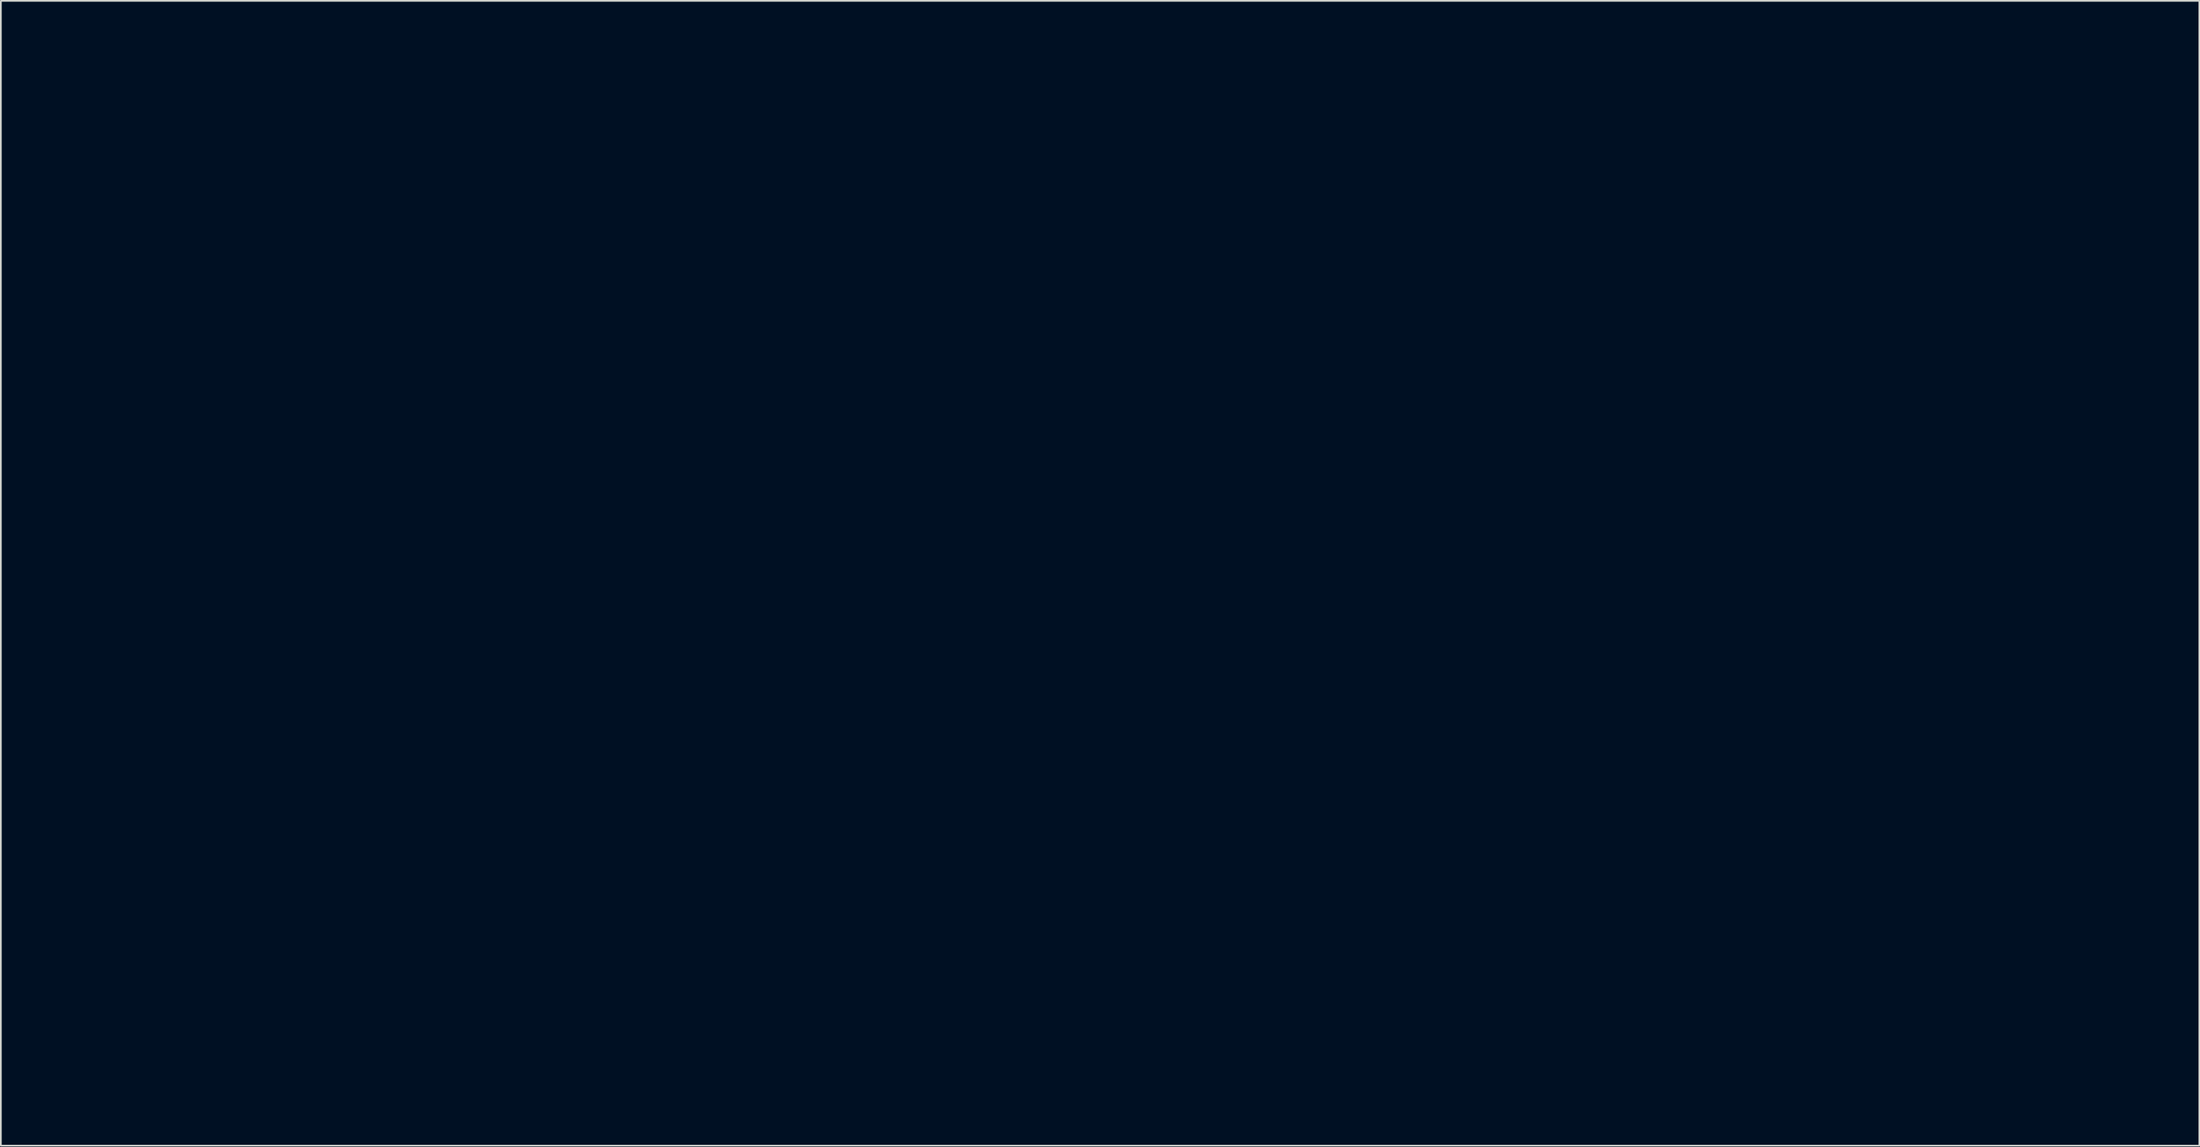
<source format=kicad_pcb>
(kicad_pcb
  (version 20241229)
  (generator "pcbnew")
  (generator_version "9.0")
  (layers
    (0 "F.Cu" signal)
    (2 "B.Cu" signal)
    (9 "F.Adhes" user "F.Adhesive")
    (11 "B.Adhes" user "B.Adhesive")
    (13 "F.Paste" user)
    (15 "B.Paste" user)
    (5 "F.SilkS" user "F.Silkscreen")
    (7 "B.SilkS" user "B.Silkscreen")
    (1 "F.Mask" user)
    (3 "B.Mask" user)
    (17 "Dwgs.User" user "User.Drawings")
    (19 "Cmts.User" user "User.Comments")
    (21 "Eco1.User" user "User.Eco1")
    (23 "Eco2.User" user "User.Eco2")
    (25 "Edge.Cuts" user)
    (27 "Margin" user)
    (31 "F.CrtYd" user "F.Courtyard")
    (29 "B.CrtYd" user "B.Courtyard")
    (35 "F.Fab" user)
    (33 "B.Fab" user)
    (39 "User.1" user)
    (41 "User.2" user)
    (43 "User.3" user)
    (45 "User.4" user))
  (footprint "Artwork_Bud_Industries_PN-1336-DGMB_121x121mm_Side"
    (layer "F.Cu")
    (at 60.477 30.066)
    (property "Reference" "Artwork_Bud_Industries_PN-1336-DGMB_121x121mm_Side" (at 0 -1 0) (layer "Eco1.User") (effects (font (size 1.524 1.524) (thickness 0.3))))
    (attr through_hole)
    (fp_poly (pts (xy 1.264 -30.061) (xy 3.189 -30.061) (xy 5.111 -30.061) (xy 7.028 -30.061) (xy 8.938 -30.06) (xy 10.84 -30.06) (xy 12.731 -30.06) (xy 14.609 -30.059) (xy 16.474 -30.059) (xy 18.322 -30.058) (xy 20.152 -30.058) (xy 21.962 -30.057) (xy 23.75 -30.057) (xy 25.515 -30.056) (xy 27.254 -30.055) (xy 28.966 -30.055) (xy 30.649 -30.054) (xy 32.301 -30.053) (xy 33.919 -30.052) (xy 35.503 -30.051) (xy 37.05 -30.05) (xy 38.559 -30.049) (xy 40.027 -30.048) (xy 41.453 -30.046) (xy 42.834 -30.045) (xy 44.17 -30.044) (xy 45.457 -30.042) (xy 46.695 -30.041) (xy 47.882 -30.04) (xy 49.014 -30.038) (xy 50.092 -30.036) (xy 51.112 -30.035) (xy 52.073 -30.033) (xy 52.973 -30.031) (xy 53.81 -30.03) (xy 54.583 -30.028) (xy 55.288 -30.026) (xy 55.926 -30.024) (xy 56.493 -30.022) (xy 56.988 -30.02) (xy 57.409 -30.018) (xy 57.754 -30.016) (xy 58.021 -30.014) (xy 58.209 -30.011) (xy 58.315 -30.009) (xy 58.34 -30.007) (xy 58.46 -29.952) (xy 58.621 -29.859) (xy 58.798 -29.744) (xy 58.967 -29.625) (xy 59.104 -29.518) (xy 59.166 -29.458) (xy 59.236 -29.346) (xy 59.315 -29.158) (xy 59.401 -28.903) (xy 59.476 -28.639) (xy 59.48 -28.585) (xy 59.485 -28.45) (xy 59.491 -28.238) (xy 59.499 -27.953) (xy 59.507 -27.599) (xy 59.516 -27.179) (xy 59.526 -26.697) (xy 59.537 -26.158) (xy 59.548 -25.565) (xy 59.561 -24.922) (xy 59.573 -24.232) (xy 59.587 -23.5) (xy 59.601 -22.729) (xy 59.615 -21.923) (xy 59.63 -21.086) (xy 59.645 -20.222) (xy 59.66 -19.335) (xy 59.675 -18.428) (xy 59.691 -17.506) (xy 59.706 -16.571) (xy 59.722 -15.629) (xy 59.737 -14.683) (xy 59.753 -13.736) (xy 59.768 -12.793) (xy 59.783 -11.857) (xy 59.797 -10.932) (xy 59.812 -10.022) (xy 59.825 -9.131) (xy 59.838 -8.263) (xy 59.851 -7.421) (xy 59.863 -6.609) (xy 59.874 -5.832) (xy 59.885 -5.092) (xy 59.895 -4.395) (xy 59.903 -3.743) (xy 59.911 -3.14) (xy 59.918 -2.591) (xy 59.924 -2.099) (xy 59.929 -1.668) (xy 59.932 -1.302) (xy 59.934 -1.005) (xy 59.935 -0.78) (xy 59.934 -0.631) (xy 59.934 -0.614) (xy 59.923 0.106) (xy 59.722 0.119) (xy 59.521 0.132) (xy 59.521 0.847) (xy 59.748 0.847) (xy 59.892 0.856) (xy 59.992 0.882) (xy 60.017 0.9) (xy 60.025 0.951) (xy 60.033 1.083) (xy 60.042 1.292) (xy 60.051 1.573) (xy 60.061 1.923) (xy 60.071 2.338) (xy 60.08 2.813) (xy 60.09 3.345) (xy 60.099 3.93) (xy 60.108 4.53) (xy 60.117 5.154) (xy 60.126 5.814) (xy 60.136 6.495) (xy 60.146 7.185) (xy 60.157 7.869) (xy 60.167 8.534) (xy 60.176 9.166) (xy 60.185 9.752) (xy 60.193 10.278) (xy 60.199 10.647) (xy 60.206 11.074) (xy 60.214 11.574) (xy 60.223 12.136) (xy 60.232 12.75) (xy 60.242 13.404) (xy 60.253 14.086) (xy 60.263 14.786) (xy 60.274 15.493) (xy 60.285 16.195) (xy 60.295 16.88) (xy 60.303 17.441) (xy 60.312 18.069) (xy 60.322 18.698) (xy 60.331 19.319) (xy 60.34 19.923) (xy 60.349 20.503) (xy 60.357 21.051) (xy 60.365 21.557) (xy 60.372 22.013) (xy 60.379 22.412) (xy 60.384 22.745) (xy 60.388 23.003) (xy 60.389 23.05) (xy 60.406 24.06) (xy 60.421 24.993) (xy 60.435 25.849) (xy 60.447 26.627) (xy 60.457 27.327) (xy 60.465 27.947) (xy 60.471 28.488) (xy 60.476 28.948) (xy 60.479 29.327) (xy 60.48 29.623) (xy 60.479 29.838) (xy 60.477 29.969) (xy 60.473 30.015) (xy 60.43 30.017) (xy 60.304 30.019) (xy 60.097 30.02) (xy 59.81 30.022) (xy 59.447 30.024) (xy 59.008 30.025) (xy 58.495 30.027) (xy 57.911 30.028) (xy 57.256 30.03) (xy 56.533 30.031) (xy 55.744 30.032) (xy 54.891 30.034) (xy 53.974 30.035) (xy 52.997 30.036) (xy 51.961 30.038) (xy 50.867 30.039) (xy 49.718 30.04) (xy 48.516 30.041) (xy 47.261 30.042) (xy 45.957 30.043) (xy 44.605 30.044) (xy 43.207 30.045) (xy 41.764 30.046) (xy 40.278 30.047) (xy 38.752 30.048) (xy 37.187 30.049) (xy 35.585 30.05) (xy 33.947 30.05) (xy 32.277 30.051) (xy 30.574 30.052) (xy 28.842 30.052) (xy 27.082 30.053) (xy 25.295 30.054) (xy 23.485 30.054) (xy 21.652 30.055) (xy 19.798 30.055) (xy 17.926 30.055) (xy 16.036 30.056) (xy 14.132 30.056) (xy 12.214 30.056) (xy 10.285 30.057) (xy 8.346 30.057) (xy 6.399 30.057) (xy 4.446 30.057) (xy 2.489 30.057) (xy 0.53 30.058) (xy -1.43 30.058) (xy -3.388 30.058) (xy -5.343 30.058) (xy -7.294 30.057) (xy -9.237 30.057) (xy -11.172 30.057) (xy -13.096 30.057) (xy -15.008 30.057) (xy -16.906 30.056) (xy -18.788 30.056) (xy -20.652 30.056) (xy -22.496 30.055) (xy -24.319 30.055) (xy -26.119 30.055) (xy -27.893 30.054) (xy -29.641 30.054) (xy -31.359 30.053) (xy -33.048 30.052) (xy -34.703 30.052) (xy -36.325 30.051) (xy -37.91 30.05) (xy -39.458 30.049) (xy -40.965 30.049) (xy -42.431 30.048) (xy -43.854 30.047) (xy -45.231 30.046) (xy -46.562 30.045) (xy -47.843 30.044) (xy -49.074 30.043) (xy -50.252 30.042) (xy -51.375 30.041) (xy -52.443 30.04) (xy -53.452 30.038) (xy -54.402 30.037) (xy -55.289 30.036) (xy -56.114 30.034) (xy -56.872 30.033) (xy -57.564 30.032) (xy -58.187 30.03) (xy -58.738 30.029) (xy -59.217 30.027) (xy -59.622 30.026) (xy -59.95 30.024) (xy -60.2 30.022) (xy -60.37 30.021) (xy -60.458 30.019) (xy -60.471 30.018) (xy -60.472 29.973) (xy -60.472 29.847) (xy -60.472 29.803) (xy -60.251 29.803) (xy -59.537 29.801) (xy -58.822 29.8) (xy -57.446 28.46) (xy -57.163 28.184) (xy -56.899 27.925) (xy -56.66 27.691) (xy -56.452 27.486) (xy -56.282 27.317) (xy -56.155 27.19) (xy -56.078 27.11) (xy -56.056 27.086) (xy -56.089 27.07) (xy -56.187 27.058) (xy -56.334 27.052) (xy -56.401 27.051) (xy -56.584 27.048) (xy -56.699 27.037) (xy -56.761 27.015) (xy -56.786 26.984) (xy -56.791 26.929) (xy -56.796 26.798) (xy -56.8 26.6) (xy -56.804 26.345) (xy -56.807 26.04) (xy -56.81 25.696) (xy -56.811 25.32) (xy -56.811 25.047) (xy -56.812 24.673) (xy -56.813 24.226) (xy -56.815 23.722) (xy -56.818 23.173) (xy -56.821 22.592) (xy -56.825 21.993) (xy -56.829 21.389) (xy -56.834 20.793) (xy -56.838 20.219) (xy -56.84 20.096) (xy -56.868 17.014) (xy -57.991 18.17) (xy -58.268 18.454) (xy -58.547 18.741) (xy -58.818 19.019) (xy -59.07 19.278) (xy -59.293 19.507) (xy -59.476 19.695) (xy -59.59 19.812) (xy -60.065 20.299) (xy -60.131 23.918) (xy -60.141 24.497) (xy -60.152 25.075) (xy -60.163 25.644) (xy -60.173 26.194) (xy -60.183 26.716) (xy -60.193 27.201) (xy -60.202 27.642) (xy -60.209 28.027) (xy -60.216 28.349) (xy -60.222 28.599) (xy -60.224 28.67) (xy -60.251 29.803) (xy -58.471 29.803) (xy -47.561 29.803) (xy -47.222 29.803) (xy -36.385 29.803) (xy -36.046 29.803) (xy -25.209 29.803) (xy -24.87 29.803) (xy -13.948 29.803) (xy -13.61 29.803) (xy -2.772 29.803) (xy -2.434 29.803) (xy 8.404 29.803) (xy 8.742 29.803) (xy 19.58 29.803) (xy 19.918 29.803) (xy 30.84 29.803) (xy 31.179 29.803) (xy 42.016 29.803) (xy 42.355 29.803) (xy 53.192 29.803) (xy 53.531 29.803) (xy 60.253 29.803) (xy 60.226 28.564) (xy 60.219 28.253) (xy 60.212 27.873) (xy 60.204 27.441) (xy 60.196 26.973) (xy 60.189 26.485) (xy 60.181 25.994) (xy 60.174 25.516) (xy 60.171 25.282) (xy 60.165 24.876) (xy 60.158 24.497) (xy 60.151 24.153) (xy 60.144 23.853) (xy 60.136 23.605) (xy 60.129 23.416) (xy 60.123 23.295) (xy 60.117 23.25) (xy 60.116 23.25) (xy 60.083 23.282) (xy 59.995 23.369) (xy 59.86 23.505) (xy 59.681 23.685) (xy 59.465 23.904) (xy 59.218 24.156) (xy 58.944 24.435) (xy 58.649 24.737) (xy 58.461 24.929) (xy 58.101 25.298) (xy 57.796 25.611) (xy 57.542 25.875) (xy 57.335 26.092) (xy 57.17 26.269) (xy 57.043 26.41) (xy 56.949 26.519) (xy 56.884 26.602) (xy 56.844 26.664) (xy 56.825 26.708) (xy 56.821 26.728) (xy 56.804 26.891) (xy 56.777 26.987) (xy 56.724 27.034) (xy 56.628 27.05) (xy 56.525 27.051) (xy 56.282 27.051) (xy 54.906 28.427) (xy 53.531 29.803) (xy 53.192 29.803) (xy 54.567 28.427) (xy 55.942 27.052) (xy 54.144 27.041) (xy 52.345 27.03) (xy 52.314 25.887) (xy 52.305 25.529) (xy 52.294 25.112) (xy 52.284 24.661) (xy 52.273 24.202) (xy 52.264 23.76) (xy 52.256 23.4) (xy 52.23 22.056) (xy 52.483 22.056) (xy 52.51 23.654) (xy 52.517 24.054) (xy 52.525 24.464) (xy 52.533 24.865) (xy 52.541 25.243) (xy 52.549 25.58) (xy 52.557 25.861) (xy 52.562 26.024) (xy 52.587 26.797) (xy 53.392 26.797) (xy 53.366 25.897) (xy 53.359 25.625) (xy 53.351 25.288) (xy 53.342 24.904) (xy 53.333 24.493) (xy 53.325 24.075) (xy 53.317 23.669) (xy 53.314 23.527) (xy 53.288 22.056) (xy 52.483 22.056) (xy 52.23 22.056) (xy 50.293 22.056) (xy 50.282 24.543) (xy 50.271 27.03) (xy 47.519 27.03) (xy 47.508 25.876) (xy 47.504 25.574) (xy 47.498 25.301) (xy 47.491 25.068) (xy 47.483 24.887) (xy 47.475 24.769) (xy 47.466 24.723) (xy 47.466 24.723) (xy 47.43 24.752) (xy 47.341 24.833) (xy 47.207 24.961) (xy 47.035 25.128) (xy 46.833 25.327) (xy 46.607 25.551) (xy 46.451 25.707) (xy 46.156 26.003) (xy 45.92 26.245) (xy 45.737 26.437) (xy 45.604 26.585) (xy 45.518 26.691) (xy 45.474 26.761) (xy 45.466 26.789) (xy 45.438 26.94) (xy 45.355 27.027) (xy 45.242 27.051) (xy 45.205 27.056) (xy 45.161 27.073) (xy 45.104 27.108) (xy 45.029 27.166) (xy 44.93 27.251) (xy 44.802 27.37) (xy 44.639 27.526) (xy 44.436 27.725) (xy 44.186 27.972) (xy 43.885 28.272) (xy 43.73 28.427) (xy 42.355 29.803) (xy 42.016 29.803) (xy 43.392 28.427) (xy 44.767 27.051) (xy 33.93 27.051) (xy 32.554 28.427) (xy 31.179 29.803) (xy 30.84 29.803) (xy 32.216 28.427) (xy 33.591 27.051) (xy 22.669 27.051) (xy 21.294 28.427) (xy 19.918 29.803) (xy 19.58 29.803) (xy 20.955 28.427) (xy 22.33 27.051) (xy 11.493 27.051) (xy 10.118 28.427) (xy 8.742 29.803) (xy 8.404 29.803) (xy 9.779 28.427) (xy 11.154 27.051) (xy 0.317 27.051) (xy -1.058 28.427) (xy -2.434 29.803) (xy -2.772 29.803) (xy -1.397 28.427) (xy -0.022 27.051) (xy -10.859 27.051) (xy -12.234 28.427) (xy -13.61 29.803) (xy -13.948 29.803) (xy -12.573 28.427) (xy -11.198 27.051) (xy -22.12 27.051) (xy -23.495 28.427) (xy -24.87 29.803) (xy -25.209 29.803) (xy -23.834 28.427) (xy -22.458 27.051) (xy -33.296 27.051) (xy -34.671 28.427) (xy -36.046 29.803) (xy -36.385 29.803) (xy -35.01 28.427) (xy -33.634 27.051) (xy -44.472 27.051) (xy -45.847 28.427) (xy -47.222 29.803) (xy -47.561 29.803) (xy -46.186 28.427) (xy -44.81 27.051) (xy -45.093 27.051) (xy -45.271 27.043) (xy -45.381 27.019) (xy -45.411 26.998) (xy -45.418 26.947) (xy -45.426 26.819) (xy -45.434 26.622) (xy -45.443 26.363) (xy -45.453 26.05) (xy -45.462 25.692) (xy -45.472 25.294) (xy -45.481 24.866) (xy -45.487 24.511) (xy -45.529 22.077) (xy -46.513 22.065) (xy -47.362 22.056) (xy -45.304 22.056) (xy -45.28 22.363) (xy -45.274 22.467) (xy -45.268 22.646) (xy -45.262 22.89) (xy -45.255 23.189) (xy -45.248 23.534) (xy -45.241 23.914) (xy -45.235 24.321) (xy -45.229 24.733) (xy -45.202 26.797) (xy -44.483 26.797) (xy -44.51 24.797) (xy -44.516 24.378) (xy -44.522 23.973) (xy -44.529 23.592) (xy -44.537 23.246) (xy -44.544 22.944) (xy -44.55 22.698) (xy -44.557 22.518) (xy -44.561 22.426) (xy -44.586 22.056) (xy -45.304 22.056) (xy -47.362 22.056) (xy -47.497 22.054) (xy -47.519 27.03) (xy -50.271 27.03) (xy -50.282 24.543) (xy -50.293 22.056) (xy -50.038 22.056) (xy -50.038 26.797) (xy -47.752 26.797) (xy -47.752 22.056) (xy -50.038 22.056) (xy -50.293 22.056) (xy -50.737 22.056) (xy -51.505 22.828) (xy -52.272 23.601) (xy -52.299 25.289) (xy -52.305 25.659) (xy -52.312 26.004) (xy -52.32 26.312) (xy -52.327 26.576) (xy -52.334 26.786) (xy -52.341 26.933) (xy -52.347 27.007) (xy -52.348 27.014) (xy -52.394 27.022) (xy -52.516 27.03) (xy -52.703 27.037) (xy -52.948 27.042) (xy -53.239 27.047) (xy -53.569 27.05) (xy -53.928 27.051) (xy -54.007 27.051) (xy -55.643 27.051) (xy -56.132 27.529) (xy -56.294 27.687) (xy -56.503 27.89) (xy -56.746 28.127) (xy -57.009 28.382) (xy -57.278 28.644) (xy -57.54 28.899) (xy -57.546 28.904) (xy -58.471 29.803) (xy -60.251 29.803) (xy -60.472 29.803) (xy -60.47 29.643) (xy -60.467 29.366) (xy -60.463 29.018) (xy -60.457 28.604) (xy -60.45 28.127) (xy -60.442 27.591) (xy -60.433 26.999) (xy -60.423 26.356) (xy -60.411 25.664) (xy -60.399 24.927) (xy -60.386 24.149) (xy -60.372 23.334) (xy -60.357 22.485) (xy -60.342 21.606) (xy -60.325 20.7) (xy -60.309 19.771) (xy -60.305 19.572) (xy -60.305 19.57) (xy -60.056 19.57) (xy -60.054 19.739) (xy -60.049 19.85) (xy -60.04 19.89) (xy -60.039 19.89) (xy -60.004 19.858) (xy -59.916 19.77) (xy -59.779 19.634) (xy -59.601 19.454) (xy -59.385 19.236) (xy -59.138 18.985) (xy -58.865 18.708) (xy -58.572 18.409) (xy -58.433 18.267) (xy -56.858 16.658) (xy -56.878 12.827) (xy -56.882 12.221) (xy -56.885 11.608) (xy -56.889 10.997) (xy -56.894 10.399) (xy -56.898 9.822) (xy -56.903 9.276) (xy -56.908 8.772) (xy -56.912 8.318) (xy -56.917 7.924) (xy -56.921 7.6) (xy -56.923 7.456) (xy -56.948 5.916) (xy -58.403 7.371) (xy -59.857 8.826) (xy -59.941 13.568) (xy -59.952 14.213) (xy -59.964 14.846) (xy -59.975 15.462) (xy -59.986 16.053) (xy -59.997 16.612) (xy -60.007 17.134) (xy -60.016 17.612) (xy -60.024 18.038) (xy -60.032 18.406) (xy -60.039 18.711) (xy -60.044 18.944) (xy -60.048 19.099) (xy -60.048 19.107) (xy -60.054 19.355) (xy -60.056 19.57) (xy -60.305 19.57) (xy -60.288 18.636) (xy -60.271 17.719) (xy -60.255 16.827) (xy -60.24 15.962) (xy -60.224 15.129) (xy -60.21 14.331) (xy -60.196 13.573) (xy -60.184 12.857) (xy -60.172 12.187) (xy -60.161 11.568) (xy -60.151 11.003) (xy -60.142 10.495) (xy -60.134 10.049) (xy -60.127 9.669) (xy -60.122 9.357) (xy -60.118 9.118) (xy -60.115 8.956) (xy -60.114 8.874) (xy -60.114 8.869) (xy -60.113 8.65) (xy -60.109 8.371) (xy -60.104 8.038) (xy -60.104 7.996) (xy -59.846 7.996) (xy -59.845 8.194) (xy -59.841 8.338) (xy -59.834 8.415) (xy -59.829 8.424) (xy -59.794 8.395) (xy -59.704 8.312) (xy -59.567 8.18) (xy -59.388 8.006) (xy -59.173 7.795) (xy -58.928 7.554) (xy -58.659 7.287) (xy -58.372 7.001) (xy -58.367 6.996) (xy -56.938 5.567) (xy -56.938 3.599) (xy -56.939 3.125) (xy -56.941 2.616) (xy -56.944 2.091) (xy -56.948 1.569) (xy -56.953 1.07) (xy -56.959 0.613) (xy -56.965 0.217) (xy -56.966 0.138) (xy -56.994 -1.355) (xy -56.734 -1.355) (xy -56.707 1.767) (xy -56.704 2.131) (xy -56.7 2.563) (xy -56.696 3.06) (xy -56.692 3.616) (xy -56.688 4.227) (xy -56.683 4.888) (xy -56.678 5.596) (xy -56.673 6.345) (xy -56.668 7.132) (xy -56.662 7.95) (xy -56.657 8.797) (xy -56.651 9.667) (xy -56.645 10.556) (xy -56.64 11.46) (xy -56.634 12.373) (xy -56.628 13.291) (xy -56.622 14.211) (xy -56.617 15.127) (xy -56.611 16.034) (xy -56.605 16.929) (xy -56.6 17.806) (xy -56.595 18.662) (xy -56.59 19.491) (xy -56.585 20.289) (xy -56.581 21.052) (xy -56.577 21.775) (xy -56.573 22.454) (xy -56.569 23.084) (xy -56.566 23.66) (xy -56.564 24.178) (xy -56.561 24.634) (xy -56.56 25.023) (xy -56.558 25.34) (xy -56.558 25.581) (xy -56.557 25.728) (xy -56.557 26.797) (xy -53.647 26.797) (xy -53.392 26.797) (xy -52.59 26.797) (xy -52.56 26.147) (xy -52.551 25.902) (xy -52.543 25.597) (xy -52.536 25.256) (xy -52.531 24.905) (xy -52.528 24.567) (xy -52.527 24.506) (xy -52.526 24.167) (xy -52.522 23.801) (xy -52.518 23.437) (xy -52.513 23.101) (xy -52.508 22.819) (xy -52.507 22.786) (xy -52.489 22.056) (xy -52.239 22.056) (xy -52.239 23.219) (xy -51.668 22.648) (xy -51.49 22.47) (xy -51.335 22.314) (xy -51.211 22.188) (xy -51.129 22.103) (xy -51.096 22.067) (xy -51.096 22.067) (xy -51.136 22.063) (xy -51.245 22.059) (xy -51.408 22.057) (xy -51.609 22.056) (xy -51.668 22.056) (xy -52.239 22.056) (xy -52.489 22.056) (xy -53.288 22.056) (xy -53.314 23.527) (xy -53.322 23.924) (xy -53.33 24.34) (xy -53.339 24.755) (xy -53.348 25.151) (xy -53.356 25.508) (xy -53.364 25.806) (xy -53.366 25.897) (xy -53.392 26.797) (xy -53.647 26.797) (xy -53.621 26.194) (xy -53.615 26.019) (xy -53.608 25.772) (xy -53.6 25.466) (xy -53.593 25.114) (xy -53.585 24.728) (xy -53.578 24.321) (xy -53.571 23.905) (xy -53.568 23.743) (xy -53.562 23.355) (xy -53.555 22.992) (xy -53.547 22.664) (xy -53.539 22.379) (xy -53.531 22.146) (xy -53.524 21.974) (xy -53.516 21.873) (xy -53.512 21.849) (xy -53.481 21.841) (xy -53.398 21.834) (xy -53.259 21.827) (xy -53.061 21.822) (xy -52.802 21.818) (xy -52.479 21.815) (xy -52.089 21.812) (xy -51.629 21.81) (xy -51.096 21.81) (xy -50.487 21.81) (xy -49.8 21.81) (xy -49.032 21.812) (xy -48.914 21.812) (xy -44.344 21.823) (xy -44.313 22.585) (xy -44.306 22.803) (xy -44.297 23.091) (xy -44.288 23.434) (xy -44.279 23.817) (xy -44.271 24.224) (xy -44.263 24.642) (xy -44.256 25.054) (xy -44.255 25.072) (xy -44.228 26.797) (xy -42.291 26.797) (xy -42.292 25.919) (xy -42.292 25.832) (xy -42.293 25.667) (xy -42.295 25.427) (xy -42.298 25.116) (xy -42.301 24.738) (xy -42.305 24.298) (xy -42.31 23.799) (xy -42.315 23.245) (xy -42.321 22.639) (xy -42.327 21.987) (xy -42.334 21.292) (xy -42.341 20.559) (xy -42.348 19.79) (xy -42.356 18.99) (xy -42.364 18.163) (xy -42.372 17.313) (xy -42.38 16.443) (xy -42.389 15.559) (xy -42.398 14.664) (xy -42.406 13.761) (xy -42.415 12.855) (xy -42.424 11.95) (xy -42.433 11.05) (xy -42.442 10.159) (xy -42.45 9.28) (xy -42.459 8.418) (xy -42.467 7.576) (xy -42.475 6.76) (xy -42.483 5.971) (xy -42.491 5.216) (xy -42.498 4.497) (xy -42.505 3.818) (xy -42.511 3.184) (xy -42.517 2.599) (xy -42.523 2.066) (xy -42.528 1.59) (xy -42.532 1.173) (xy -42.536 0.822) (xy -42.539 0.538) (xy -42.541 0.328) (xy -42.543 0.193) (xy -42.544 0.139) (xy -42.544 0.138) (xy -42.586 0.137) (xy -42.708 0.135) (xy -42.905 0.134) (xy -43.175 0.132) (xy -43.511 0.131) (xy -43.91 0.129) (xy -44.367 0.128) (xy -44.659 0.127) (xy -42.291 0.127) (xy -42.291 0.243) (xy -42.29 0.295) (xy -42.289 0.427) (xy -42.287 0.638) (xy -42.284 0.924) (xy -42.281 1.28) (xy -42.276 1.705) (xy -42.271 2.195) (xy -42.266 2.746) (xy -42.26 3.355) (xy -42.253 4.019) (xy -42.246 4.734) (xy -42.239 5.498) (xy -42.231 6.306) (xy -42.222 7.156) (xy -42.213 8.044) (xy -42.204 8.967) (xy -42.195 9.921) (xy -42.185 10.904) (xy -42.175 11.911) (xy -42.165 12.94) (xy -42.164 12.996) (xy -42.154 14.032) (xy -42.144 15.05) (xy -42.134 16.045) (xy -42.124 17.015) (xy -42.115 17.955) (xy -42.106 18.864) (xy -42.097 19.736) (xy -42.089 20.569) (xy -42.082 21.359) (xy -42.075 22.102) (xy -42.068 22.796) (xy -42.062 23.436) (xy -42.056 24.019) (xy -42.052 24.542) (xy -42.047 25.001) (xy -42.044 25.393) (xy -42.041 25.713) (xy -42.039 25.96) (xy -42.038 26.129) (xy -42.037 26.215) (xy -42.037 26.797) (xy -3.735 26.797) (xy -3.481 26.797) (xy 3.481 26.797) (xy 3.455 25.03) (xy 3.448 24.622) (xy 3.441 24.217) (xy 3.433 23.828) (xy 3.426 23.467) (xy 3.418 23.149) (xy 3.411 22.886) (xy 3.404 22.691) (xy 3.403 22.659) (xy 3.378 22.056) (xy -3.378 22.056) (xy -3.403 22.659) (xy -3.409 22.837) (xy -3.416 23.086) (xy -3.424 23.394) (xy -3.432 23.747) (xy -3.439 24.131) (xy -3.447 24.534) (xy -3.453 24.941) (xy -3.455 25.03) (xy -3.481 26.797) (xy -3.735 26.797) (xy -3.708 25.284) (xy -3.701 24.878) (xy -3.692 24.45) (xy -3.683 24.02) (xy -3.673 23.607) (xy -3.663 23.231) (xy -3.654 22.912) (xy -3.651 22.797) (xy -3.619 21.823) (xy 3.619 21.823) (xy 3.651 22.797) (xy 3.659 23.085) (xy 3.669 23.439) (xy 3.678 23.838) (xy 3.688 24.264) (xy 3.697 24.695) (xy 3.705 25.112) (xy 3.708 25.284) (xy 3.735 26.797) (xy 42.037 26.797) (xy 42.291 26.797) (xy 44.228 26.797) (xy 44.483 26.797) (xy 44.843 26.797) (xy 45.017 26.796) (xy 45.124 26.789) (xy 45.178 26.773) (xy 45.198 26.742) (xy 45.2 26.702) (xy 45.199 26.604) (xy 45.2 26.434) (xy 45.201 26.352) (xy 45.461 26.352) (xy 46.479 25.337) (xy 47.498 24.321) (xy 47.498 22.056) (xy 47.752 22.056) (xy 47.752 26.797) (xy 50.038 26.797) (xy 50.038 22.056) (xy 47.752 22.056) (xy 47.498 22.056) (xy 46.527 22.056) (xy 46.249 22.057) (xy 46.001 22.061) (xy 45.794 22.066) (xy 45.64 22.074) (xy 45.553 22.082) (xy 45.537 22.087) (xy 45.533 22.135) (xy 45.528 22.259) (xy 45.523 22.451) (xy 45.517 22.703) (xy 45.51 23.007) (xy 45.504 23.355) (xy 45.497 23.739) (xy 45.491 24.15) (xy 45.49 24.236) (xy 45.461 26.352) (xy 45.201 26.352) (xy 45.202 26.201) (xy 45.206 25.917) (xy 45.211 25.592) (xy 45.216 25.236) (xy 45.223 24.861) (xy 45.23 24.477) (xy 45.237 24.095) (xy 45.244 23.724) (xy 45.252 23.377) (xy 45.259 23.063) (xy 45.266 22.793) (xy 45.272 22.578) (xy 45.277 22.428) (xy 45.28 22.363) (xy 45.304 22.056) (xy 44.586 22.056) (xy 44.561 22.426) (xy 44.556 22.545) (xy 44.549 22.738) (xy 44.542 22.995) (xy 44.535 23.305) (xy 44.528 23.658) (xy 44.521 24.044) (xy 44.514 24.452) (xy 44.51 24.797) (xy 44.483 26.797) (xy 44.228 26.797) (xy 44.255 25.072) (xy 44.262 24.66) (xy 44.27 24.242) (xy 44.279 23.834) (xy 44.288 23.45) (xy 44.297 23.105) (xy 44.305 22.814) (xy 44.313 22.593) (xy 44.313 22.585) (xy 44.344 21.823) (xy 48.914 21.812) (xy 49.694 21.81) (xy 50.393 21.81) (xy 51.013 21.81) (xy 51.556 21.81) (xy 52.027 21.812) (xy 52.427 21.814) (xy 52.76 21.817) (xy 53.028 21.822) (xy 53.234 21.827) (xy 53.381 21.833) (xy 53.473 21.839) (xy 53.511 21.847) (xy 53.512 21.849) (xy 53.519 21.9) (xy 53.526 22.026) (xy 53.534 22.22) (xy 53.542 22.472) (xy 53.55 22.773) (xy 53.557 23.114) (xy 53.564 23.487) (xy 53.568 23.743) (xy 53.575 24.158) (xy 53.582 24.57) (xy 53.59 24.966) (xy 53.597 25.333) (xy 53.605 25.659) (xy 53.612 25.93) (xy 53.619 26.135) (xy 53.621 26.194) (xy 53.647 26.797) (xy 56.557 26.797) (xy 56.557 26.268) (xy 56.801 26.268) (xy 57.98 25.061) (xy 58.263 24.771) (xy 58.548 24.479) (xy 58.826 24.194) (xy 59.085 23.928) (xy 59.315 23.691) (xy 59.507 23.493) (xy 59.648 23.347) (xy 60.136 22.839) (xy 60.065 18.373) (xy 60.055 17.744) (xy 60.045 17.125) (xy 60.036 16.522) (xy 60.028 15.943) (xy 60.02 15.394) (xy 60.012 14.883) (xy 60.006 14.417) (xy 60.001 14.003) (xy 59.996 13.647) (xy 59.993 13.357) (xy 59.991 13.14) (xy 59.99 13.039) (xy 59.986 12.171) (xy 56.909 15.248) (xy 56.881 18.048) (xy 56.875 18.637) (xy 56.869 19.287) (xy 56.862 19.977) (xy 56.855 20.689) (xy 56.848 21.402) (xy 56.841 22.097) (xy 56.835 22.754) (xy 56.829 23.353) (xy 56.827 23.558) (xy 56.801 26.268) (xy 56.557 26.268) (xy 56.557 26.13) (xy 56.558 26.023) (xy 56.559 25.835) (xy 56.561 25.571) (xy 56.564 25.235) (xy 56.567 24.832) (xy 56.571 24.366) (xy 56.575 23.841) (xy 56.58 23.262) (xy 56.586 22.632) (xy 56.592 21.957) (xy 56.598 21.241) (xy 56.605 20.487) (xy 56.612 19.701) (xy 56.619 18.886) (xy 56.627 18.047) (xy 56.635 17.188) (xy 56.64 16.616) (xy 56.649 15.715) (xy 56.656 14.918) (xy 56.901 14.918) (xy 59.958 11.86) (xy 59.949 10.894) (xy 59.947 10.704) (xy 59.944 10.438) (xy 59.939 10.104) (xy 59.934 9.709) (xy 59.928 9.262) (xy 59.92 8.772) (xy 59.913 8.245) (xy 59.904 7.691) (xy 59.895 7.117) (xy 59.886 6.532) (xy 59.879 6.096) (xy 59.87 5.519) (xy 59.861 4.957) (xy 59.853 4.415) (xy 59.846 3.902) (xy 59.839 3.425) (xy 59.833 2.99) (xy 59.827 2.605) (xy 59.823 2.276) (xy 59.82 2.012) (xy 59.818 1.819) (xy 59.818 1.715) (xy 59.817 1.164) (xy 58.415 2.567) (xy 57.012 3.969) (xy 56.978 7.71) (xy 56.972 8.317) (xy 56.966 8.935) (xy 56.96 9.556) (xy 56.954 10.168) (xy 56.948 10.762) (xy 56.943 11.326) (xy 56.937 11.851) (xy 56.932 12.326) (xy 56.927 12.74) (xy 56.923 13.084) (xy 56.922 13.184) (xy 56.901 14.918) (xy 56.656 14.918) (xy 56.657 14.814) (xy 56.665 13.918) (xy 56.674 13.033) (xy 56.682 12.164) (xy 56.689 11.317) (xy 56.697 10.497) (xy 56.704 9.71) (xy 56.711 8.962) (xy 56.718 8.258) (xy 56.724 7.604) (xy 56.729 7.005) (xy 56.734 6.467) (xy 56.739 5.995) (xy 56.742 5.596) (xy 56.745 5.274) (xy 56.746 5.207) (xy 56.751 4.667) (xy 56.756 4.087) (xy 56.763 3.484) (xy 56.769 2.876) (xy 56.775 2.346) (xy 57.023 2.346) (xy 57.023 3.619) (xy 58.273 2.37) (xy 58.603 2.039) (xy 58.875 1.763) (xy 59.091 1.539) (xy 59.254 1.366) (xy 59.367 1.239) (xy 59.433 1.156) (xy 59.453 1.113) (xy 59.447 1.107) (xy 59.37 1.083) (xy 59.318 1.038) (xy 59.287 0.958) (xy 59.272 0.828) (xy 59.267 0.631) (xy 59.267 0.567) (xy 59.267 0.129) (xy 58.536 0.117) (xy 57.806 0.106) (xy 57.783 -1.355) (xy 57.079 -1.355) (xy 57.051 -0.141) (xy 57.043 0.25) (xy 57.036 0.697) (xy 57.03 1.172) (xy 57.026 1.644) (xy 57.023 2.086) (xy 57.023 2.346) (xy 56.775 2.346) (xy 56.776 2.28) (xy 56.782 1.712) (xy 56.789 1.191) (xy 56.794 0.734) (xy 56.796 0.646) (xy 56.823 -1.355) (xy 56.67 -1.355) (xy 56.517 -1.355) (xy 56.505 -0.624) (xy 56.494 0.106) (xy 49.519 0.117) (xy 48.758 0.118) (xy 48.02 0.119) (xy 47.309 0.12) (xy 46.63 0.122) (xy 45.988 0.123) (xy 45.387 0.125) (xy 44.831 0.126) (xy 44.325 0.128) (xy 43.873 0.13) (xy 43.479 0.131) (xy 43.149 0.133) (xy 42.885 0.134) (xy 42.694 0.135) (xy 42.579 0.137) (xy 42.544 0.138) (xy 42.543 0.184) (xy 42.541 0.31) (xy 42.539 0.514) (xy 42.536 0.79) (xy 42.532 1.134) (xy 42.528 1.544) (xy 42.523 2.014) (xy 42.518 2.542) (xy 42.512 3.122) (xy 42.505 3.751) (xy 42.498 4.424) (xy 42.491 5.139) (xy 42.484 5.891) (xy 42.476 6.676) (xy 42.468 7.489) (xy 42.459 8.328) (xy 42.451 9.188) (xy 42.442 10.065) (xy 42.434 10.955) (xy 42.425 11.854) (xy 42.416 12.758) (xy 42.407 13.663) (xy 42.398 14.566) (xy 42.389 15.462) (xy 42.381 16.347) (xy 42.372 17.217) (xy 42.364 18.069) (xy 42.356 18.898) (xy 42.349 19.7) (xy 42.341 20.472) (xy 42.334 21.209) (xy 42.328 21.907) (xy 42.321 22.563) (xy 42.316 23.172) (xy 42.31 23.731) (xy 42.306 24.235) (xy 42.302 24.681) (xy 42.298 25.064) (xy 42.296 25.381) (xy 42.294 25.628) (xy 42.292 25.8) (xy 42.292 25.894) (xy 42.292 25.897) (xy 42.291 26.797) (xy 42.037 26.797) (xy 42.037 26.173) (xy 42.038 26.079) (xy 42.039 25.905) (xy 42.041 25.652) (xy 42.044 25.326) (xy 42.048 24.929) (xy 42.052 24.465) (xy 42.057 23.937) (xy 42.062 23.349) (xy 42.068 22.705) (xy 42.075 22.007) (xy 42.082 21.26) (xy 42.09 20.466) (xy 42.098 19.631) (xy 42.107 18.756) (xy 42.115 17.845) (xy 42.125 16.902) (xy 42.134 15.931) (xy 42.144 14.935) (xy 42.154 13.917) (xy 42.164 12.954) (xy 42.174 11.926) (xy 42.184 10.919) (xy 42.194 9.936) (xy 42.204 8.982) (xy 42.213 8.059) (xy 42.222 7.171) (xy 42.23 6.321) (xy 42.238 5.512) (xy 42.246 4.748) (xy 42.253 4.032) (xy 42.26 3.368) (xy 42.266 2.757) (xy 42.271 2.205) (xy 42.276 1.715) (xy 42.28 1.288) (xy 42.284 0.93) (xy 42.287 0.643) (xy 42.289 0.431) (xy 42.29 0.297) (xy 42.291 0.244) (xy 42.291 0.243) (xy 42.291 0.127) (xy -42.291 0.127) (xy -44.659 0.127) (xy -44.877 0.126) (xy -45.437 0.125) (xy -46.042 0.123) (xy -46.688 0.122) (xy -47.369 0.12) (xy -48.083 0.119) (xy -48.823 0.118) (xy -49.519 0.117) (xy -56.494 0.106) (xy -56.505 -0.624) (xy -56.517 -1.355) (xy -56.625 -1.355) (xy -56.734 -1.355) (xy -56.994 -1.355) (xy -57.783 -1.355) (xy -57.806 0.106) (xy -58.536 0.117) (xy -59.267 0.129) (xy -59.267 0.564) (xy -59.272 0.799) (xy -59.288 0.961) (xy -59.313 1.045) (xy -59.317 1.05) (xy -59.389 1.082) (xy -59.507 1.099) (xy -59.55 1.101) (xy -59.732 1.101) (xy -59.732 1.663) (xy -59.733 1.83) (xy -59.736 2.072) (xy -59.74 2.378) (xy -59.745 2.74) (xy -59.752 3.146) (xy -59.759 3.588) (xy -59.767 4.056) (xy -59.776 4.54) (xy -59.785 5.029) (xy -59.795 5.514) (xy -59.804 5.985) (xy -59.814 6.433) (xy -59.823 6.847) (xy -59.831 7.217) (xy -59.838 7.482) (xy -59.844 7.755) (xy -59.846 7.996) (xy -60.104 7.996) (xy -60.098 7.658) (xy -60.09 7.239) (xy -60.082 6.787) (xy -60.072 6.309) (xy -60.062 5.813) (xy -60.051 5.306) (xy -60.04 4.795) (xy -60.028 4.286) (xy -60.016 3.787) (xy -60.005 3.306) (xy -59.993 2.848) (xy -59.982 2.422) (xy -59.972 2.034) (xy -59.962 1.691) (xy -59.953 1.401) (xy -59.945 1.17) (xy -59.938 1.006) (xy -59.933 0.915) (xy -59.931 0.9) (xy -59.87 0.867) (xy -59.759 0.848) (xy -59.709 0.847) (xy -59.521 0.847) (xy -59.521 0.132) (xy -59.722 0.119) (xy -59.923 0.106) (xy -59.927 -0.127) (xy -59.711 -0.127) (xy -59.087 -0.127) (xy -58.464 -0.127) (xy -58.443 -2.244) (xy -58.208 -2.244) (xy -58.208 -1.185) (xy -58.208 -0.859) (xy -58.207 -0.608) (xy -58.204 -0.422) (xy -58.198 -0.291) (xy -58.19 -0.206) (xy -58.177 -0.157) (xy -58.159 -0.134) (xy -58.136 -0.127) (xy -58.124 -0.127) (xy -58.092 -0.131) (xy -58.07 -0.151) (xy -58.055 -0.199) (xy -58.045 -0.286) (xy -58.041 -0.427) (xy -58.039 -0.631) (xy -58.038 -0.815) (xy -58.036 -1.05) (xy -58.031 -1.258) (xy -58.022 -1.421) (xy -58.012 -1.526) (xy -58.005 -1.555) (xy -57.96 -1.576) (xy -57.853 -1.593) (xy -57.676 -1.606) (xy -57.425 -1.615) (xy -57.254 -1.618) (xy -56.536 -1.63) (xy -56.524 -1.937) (xy -56.511 -2.244) (xy -58.208 -2.244) (xy -58.443 -2.244) (xy -58.441 -2.477) (xy -56.325 -2.477) (xy -56.302 -0.127) (xy -55.457 -0.127) (xy -55.236 -0.127) (xy -41.067 -0.127) (xy -40.813 -0.127) (xy 40.813 -0.127) (xy 40.79 -0.878) (xy 40.787 -0.983) (xy 40.785 -1.168) (xy 40.781 -1.432) (xy 40.777 -1.769) (xy 40.772 -2.176) (xy 40.767 -2.65) (xy 40.761 -3.187) (xy 40.754 -3.784) (xy 40.748 -4.437) (xy 40.741 -5.142) (xy 40.733 -5.896) (xy 40.725 -6.695) (xy 40.717 -7.536) (xy 40.709 -8.415) (xy 40.701 -9.329) (xy 40.692 -10.273) (xy 40.683 -11.245) (xy 40.674 -12.24) (xy 40.665 -13.256) (xy 40.658 -14.034) (xy 40.649 -15.055) (xy 40.64 -16.055) (xy 40.631 -17.031) (xy 40.623 -17.979) (xy 40.614 -18.896) (xy 40.606 -19.779) (xy 40.598 -20.623) (xy 40.59 -21.426) (xy 40.582 -22.185) (xy 40.575 -22.896) (xy 40.568 -23.555) (xy 40.562 -24.159) (xy 40.556 -24.706) (xy 40.55 -25.191) (xy 40.545 -25.61) (xy 40.54 -25.962) (xy 40.537 -26.242) (xy 40.533 -26.447) (xy 40.531 -26.574) (xy 40.529 -26.617) (xy 40.508 -26.797) (xy 40.762 -26.797) (xy 40.786 -26.024) (xy 40.788 -25.918) (xy 40.791 -25.731) (xy 40.795 -25.466) (xy 40.799 -25.127) (xy 40.804 -24.718) (xy 40.809 -24.243) (xy 40.815 -23.704) (xy 40.822 -23.105) (xy 40.828 -22.451) (xy 40.836 -21.744) (xy 40.843 -20.989) (xy 40.851 -20.188) (xy 40.859 -19.346) (xy 40.867 -18.465) (xy 40.876 -17.551) (xy 40.885 -16.605) (xy 40.893 -15.632) (xy 40.902 -14.636) (xy 40.912 -13.619) (xy 40.918 -12.827) (xy 40.927 -11.805) (xy 40.936 -10.805) (xy 40.945 -9.829) (xy 40.954 -8.881) (xy 40.963 -7.965) (xy 40.971 -7.083) (xy 40.979 -6.24) (xy 40.987 -5.438) (xy 40.994 -4.68) (xy 41.002 -3.971) (xy 41.008 -3.313) (xy 41.015 -2.71) (xy 41.021 -2.165) (xy 41.026 -1.682) (xy 41.031 -1.264) (xy 41.036 -0.914) (xy 41.04 -0.636) (xy 41.043 -0.432) (xy 41.046 -0.307) (xy 41.047 -0.265) (xy 41.067 -0.127) (xy 55.239 -0.127) (xy 55.457 -0.127) (xy 56.302 -0.127) (xy 56.322 -2.244) (xy 56.511 -2.244) (xy 56.524 -1.937) (xy 56.536 -1.63) (xy 57.254 -1.618) (xy 57.549 -1.611) (xy 57.765 -1.601) (xy 57.91 -1.586) (xy 57.988 -1.567) (xy 58.005 -1.555) (xy 58.016 -1.497) (xy 58.026 -1.369) (xy 58.033 -1.188) (xy 58.037 -0.969) (xy 58.038 -0.815) (xy 58.039 -0.559) (xy 58.042 -0.376) (xy 58.048 -0.254) (xy 58.059 -0.18) (xy 58.076 -0.142) (xy 58.101 -0.129) (xy 58.124 -0.127) (xy 58.15 -0.13) (xy 58.17 -0.145) (xy 58.185 -0.182) (xy 58.195 -0.25) (xy 58.202 -0.36) (xy 58.206 -0.521) (xy 58.208 -0.744) (xy 58.208 -1.037) (xy 58.208 -1.185) (xy 58.208 -2.244) (xy 56.511 -2.244) (xy 56.322 -2.244) (xy 56.325 -2.477) (xy 58.441 -2.477) (xy 58.452 -1.302) (xy 58.464 -0.127) (xy 59.087 -0.127) (xy 59.711 -0.127) (xy 59.7 -0.73) (xy 59.698 -0.858) (xy 59.695 -1.065) (xy 59.691 -1.342) (xy 59.685 -1.683) (xy 59.679 -2.082) (xy 59.672 -2.532) (xy 59.664 -3.025) (xy 59.656 -3.556) (xy 59.647 -4.117) (xy 59.638 -4.701) (xy 59.629 -5.302) (xy 59.625 -5.565) (xy 59.616 -6.155) (xy 59.607 -6.722) (xy 59.598 -7.259) (xy 59.59 -7.76) (xy 59.582 -8.22) (xy 59.575 -8.632) (xy 59.568 -8.992) (xy 59.562 -9.294) (xy 59.557 -9.531) (xy 59.553 -9.699) (xy 59.55 -9.791) (xy 59.548 -9.808) (xy 59.517 -9.781) (xy 59.432 -9.697) (xy 59.297 -9.563) (xy 59.118 -9.383) (xy 58.899 -9.162) (xy 58.644 -8.904) (xy 58.36 -8.615) (xy 58.049 -8.299) (xy 57.719 -7.962) (xy 57.497 -7.736) (xy 55.459 -5.652) (xy 55.458 -2.889) (xy 55.457 -0.127) (xy 55.239 -0.127) (xy 55.221 -0.751) (xy 55.219 -0.845) (xy 55.217 -1.021) (xy 55.215 -1.273) (xy 55.212 -1.6) (xy 55.209 -1.997) (xy 55.205 -2.461) (xy 55.201 -2.989) (xy 55.197 -3.576) (xy 55.193 -4.219) (xy 55.188 -4.916) (xy 55.184 -5.661) (xy 55.179 -6.452) (xy 55.174 -7.285) (xy 55.169 -8.157) (xy 55.163 -9.063) (xy 55.158 -10.001) (xy 55.153 -10.967) (xy 55.147 -11.957) (xy 55.142 -12.968) (xy 55.138 -13.695) (xy 55.132 -14.715) (xy 55.127 -15.716) (xy 55.121 -16.694) (xy 55.121 -16.743) (xy 55.37 -16.743) (xy 55.394 -11.642) (xy 55.397 -10.986) (xy 55.4 -10.351) (xy 55.404 -9.742) (xy 55.408 -9.164) (xy 55.412 -8.622) (xy 55.416 -8.123) (xy 55.42 -7.672) (xy 55.423 -7.274) (xy 55.427 -6.934) (xy 55.431 -6.66) (xy 55.434 -6.455) (xy 55.438 -6.325) (xy 55.44 -6.283) (xy 55.462 -6.025) (xy 56.549 -7.129) (xy 56.855 -7.44) (xy 57.193 -7.784) (xy 57.546 -8.141) (xy 57.896 -8.496) (xy 58.226 -8.831) (xy 58.519 -9.128) (xy 58.598 -9.207) (xy 59.56 -10.181) (xy 59.477 -15.452) (xy 59.466 -16.113) (xy 59.456 -16.752) (xy 59.446 -17.362) (xy 59.436 -17.939) (xy 59.427 -18.478) (xy 59.419 -18.973) (xy 59.411 -19.419) (xy 59.404 -19.811) (xy 59.398 -20.143) (xy 59.392 -20.412) (xy 59.388 -20.611) (xy 59.385 -20.735) (xy 59.383 -20.78) (xy 59.353 -20.76) (xy 59.268 -20.684) (xy 59.134 -20.557) (xy 58.956 -20.384) (xy 58.737 -20.169) (xy 58.484 -19.917) (xy 58.201 -19.633) (xy 57.893 -19.322) (xy 57.565 -18.988) (xy 57.371 -18.79) (xy 55.37 -16.743) (xy 55.121 -16.743) (xy 55.116 -17.645) (xy 55.11 -18.565) (xy 55.105 -19.453) (xy 55.099 -20.303) (xy 55.094 -21.113) (xy 55.089 -21.879) (xy 55.084 -22.597) (xy 55.079 -23.265) (xy 55.075 -23.878) (xy 55.07 -24.433) (xy 55.066 -24.927) (xy 55.062 -25.357) (xy 55.059 -25.718) (xy 55.056 -26.007) (xy 55.053 -26.222) (xy 55.05 -26.357) (xy 55.049 -26.405) (xy 55.025 -26.797) (xy 40.762 -26.797) (xy 40.508 -26.797) (xy -40.508 -26.797) (xy -40.529 -26.617) (xy -40.531 -26.56) (xy -40.534 -26.422) (xy -40.537 -26.206) (xy -40.541 -25.916) (xy -40.546 -25.554) (xy -40.551 -25.125) (xy -40.556 -24.631) (xy -40.562 -24.076) (xy -40.569 -23.464) (xy -40.576 -22.797) (xy -40.583 -22.079) (xy -40.591 -21.314) (xy -40.599 -20.505) (xy -40.607 -19.654) (xy -40.615 -18.767) (xy -40.624 -17.845) (xy -40.633 -16.893) (xy -40.642 -15.913) (xy -40.65 -14.91) (xy -40.658 -14.034) (xy -40.667 -13.005) (xy -40.676 -11.994) (xy -40.685 -11.004) (xy -40.694 -10.039) (xy -40.703 -9.101) (xy -40.711 -8.196) (xy -40.719 -7.326) (xy -40.727 -6.495) (xy -40.735 -5.707) (xy -40.742 -4.964) (xy -40.749 -4.271) (xy -40.756 -3.632) (xy -40.762 -3.05) (xy -40.768 -2.528) (xy -40.773 -2.07) (xy -40.778 -1.679) (xy -40.782 -1.36) (xy -40.785 -1.116) (xy -40.788 -0.95) (xy -40.79 -0.878) (xy -40.813 -0.127) (xy -41.067 -0.127) (xy -41.047 -0.265) (xy -41.045 -0.318) (xy -41.043 -0.452) (xy -41.039 -0.665) (xy -41.035 -0.952) (xy -41.031 -1.31) (xy -41.026 -1.736) (xy -41.02 -2.227) (xy -41.014 -2.779) (xy -41.008 -3.388) (xy -41.001 -4.052) (xy -40.994 -4.768) (xy -40.986 -5.531) (xy -40.978 -6.338) (xy -40.97 -7.186) (xy -40.962 -8.072) (xy -40.953 -8.992) (xy -40.944 -9.944) (xy -40.935 -10.923) (xy -40.926 -11.926) (xy -40.918 -12.827) (xy -40.909 -13.857) (xy -40.9 -14.869) (xy -40.891 -15.86) (xy -40.883 -16.827) (xy -40.874 -17.766) (xy -40.865 -18.673) (xy -40.857 -19.545) (xy -40.849 -20.378) (xy -40.841 -21.168) (xy -40.834 -21.913) (xy -40.827 -22.608) (xy -40.82 -23.25) (xy -40.814 -23.834) (xy -40.808 -24.359) (xy -40.803 -24.82) (xy -40.798 -25.212) (xy -40.794 -25.534) (xy -40.791 -25.781) (xy -40.788 -25.95) (xy -40.786 -26.024) (xy -40.762 -26.797) (xy -55.025 -26.797) (xy -55.05 -26.405) (xy -55.055 -26.287) (xy -55.059 -26.097) (xy -55.064 -25.843) (xy -55.068 -25.533) (xy -55.072 -25.173) (xy -55.075 -24.771) (xy -55.079 -24.334) (xy -55.082 -23.869) (xy -55.084 -23.384) (xy -55.086 -22.885) (xy -55.088 -22.38) (xy -55.089 -21.876) (xy -55.09 -21.38) (xy -55.09 -20.9) (xy -55.09 -20.442) (xy -55.09 -20.014) (xy -55.089 -19.622) (xy -55.087 -19.275) (xy -55.085 -18.979) (xy -55.082 -18.742) (xy -55.078 -18.571) (xy -55.074 -18.472) (xy -55.071 -18.45) (xy -55.061 -18.372) (xy -55.074 -18.333) (xy -55.078 -18.284) (xy -55.082 -18.155) (xy -55.086 -17.95) (xy -55.091 -17.672) (xy -55.096 -17.326) (xy -55.101 -16.916) (xy -55.106 -16.445) (xy -55.112 -15.919) (xy -55.117 -15.341) (xy -55.123 -14.714) (xy -55.128 -14.044) (xy -55.134 -13.335) (xy -55.139 -12.59) (xy -55.145 -11.813) (xy -55.15 -11.009) (xy -55.155 -10.181) (xy -55.156 -9.97) (xy -55.161 -9.125) (xy -55.166 -8.297) (xy -55.171 -7.489) (xy -55.175 -6.706) (xy -55.18 -5.952) (xy -55.185 -5.232) (xy -55.189 -4.551) (xy -55.194 -3.912) (xy -55.198 -3.322) (xy -55.202 -2.784) (xy -55.206 -2.302) (xy -55.209 -1.882) (xy -55.212 -1.528) (xy -55.215 -1.245) (xy -55.218 -1.036) (xy -55.22 -0.908) (xy -55.22 -0.9) (xy -55.236 -0.127) (xy -55.457 -0.127) (xy -55.456 -3.08) (xy -55.456 -3.585) (xy -55.455 -4.076) (xy -55.453 -4.543) (xy -55.451 -4.979) (xy -55.449 -5.375) (xy -55.446 -5.724) (xy -55.442 -6.017) (xy -55.439 -6.246) (xy -55.435 -6.403) (xy -55.432 -6.456) (xy -55.409 -6.879) (xy -56.936 -5.334) (xy -57.258 -5.008) (xy -57.582 -4.679) (xy -57.9 -4.355) (xy -58.203 -4.046) (xy -58.481 -3.762) (xy -58.727 -3.51) (xy -58.93 -3.301) (xy -59.074 -3.151) (xy -59.685 -2.514) (xy -59.698 -1.32) (xy -59.711 -0.127) (xy -59.927 -0.127) (xy -59.934 -0.614) (xy -59.935 -0.749) (xy -59.934 -0.962) (xy -59.932 -1.248) (xy -59.929 -1.603) (xy -59.925 -2.023) (xy -59.919 -2.505) (xy -59.913 -3.036) (xy -59.669 -3.036) (xy -59.665 -3.013) (xy -59.65 -3.005) (xy -59.621 -3.016) (xy -59.572 -3.05) (xy -59.501 -3.111) (xy -59.401 -3.203) (xy -59.269 -3.329) (xy -59.101 -3.495) (xy -58.892 -3.704) (xy -58.638 -3.96) (xy -58.334 -4.267) (xy -57.976 -4.629) (xy -57.866 -4.741) (xy -57.531 -5.08) (xy -57.207 -5.411) (xy -56.898 -5.725) (xy -56.611 -6.018) (xy -56.353 -6.283) (xy -56.129 -6.512) (xy -55.947 -6.701) (xy -55.812 -6.841) (xy -55.736 -6.921) (xy -55.425 -7.26) (xy -55.395 -12.636) (xy -55.365 -18.013) (xy -59.505 -13.881) (xy -59.577 -8.56) (xy -59.587 -7.892) (xy -59.596 -7.246) (xy -59.605 -6.627) (xy -59.614 -6.04) (xy -59.622 -5.49) (xy -59.63 -4.983) (xy -59.638 -4.524) (xy -59.644 -4.118) (xy -59.651 -3.77) (xy -59.656 -3.486) (xy -59.661 -3.271) (xy -59.664 -3.13) (xy -59.667 -3.069) (xy -59.669 -3.036) (xy -59.913 -3.036) (xy -59.913 -3.045) (xy -59.905 -3.639) (xy -59.896 -4.283) (xy -59.887 -4.973) (xy -59.876 -5.706) (xy -59.865 -6.477) (xy -59.853 -7.283) (xy -59.841 -8.12) (xy -59.828 -8.985) (xy -59.814 -9.872) (xy -59.8 -10.779) (xy -59.785 -11.702) (xy -59.771 -12.636) (xy -59.755 -13.578) (xy -59.744 -14.288) (xy -59.478 -14.288) (xy -57.417 -16.349) (xy -55.355 -18.411) (xy -55.328 -22.682) (xy -55.324 -23.277) (xy -55.319 -23.848) (xy -55.314 -24.389) (xy -55.309 -24.896) (xy -55.304 -25.362) (xy -55.299 -25.781) (xy -55.293 -26.148) (xy -55.288 -26.457) (xy -55.283 -26.703) (xy -55.278 -26.879) (xy -55.273 -26.979) (xy -55.27 -27.002) (xy -55.243 -27.01) (xy -55.169 -27.018) (xy -55.046 -27.025) (xy -54.87 -27.031) (xy -54.638 -27.036) (xy -54.346 -27.04) (xy -53.991 -27.043) (xy -53.569 -27.046) (xy -53.076 -27.048) (xy -52.51 -27.05) (xy -51.868 -27.051) (xy -51.144 -27.051) (xy -50.977 -27.051) (xy -46.714 -27.051) (xy -46.333 -27.051) (xy -35.538 -27.051) (xy -35.157 -27.051) (xy -24.362 -27.051) (xy -23.981 -27.051) (xy -13.102 -27.051) (xy -12.721 -27.051) (xy -1.926 -27.051) (xy -1.545 -27.051) (xy 9.25 -27.051) (xy 9.631 -27.051) (xy 20.426 -27.051) (xy 20.807 -27.051) (xy 31.687 -27.051) (xy 32.068 -27.051) (xy 42.863 -27.051) (xy 43.244 -27.051) (xy 54.039 -27.051) (xy 54.42 -27.051) (xy 55.109 -27.051) (xy 55.372 -27.05) (xy 55.561 -27.046) (xy 55.69 -27.038) (xy 55.769 -27.024) (xy 55.81 -27.005) (xy 55.823 -26.987) (xy 55.823 -26.896) (xy 55.748 -26.832) (xy 55.603 -26.8) (xy 55.522 -26.797) (xy 55.301 -26.797) (xy 55.316 -24.056) (xy 55.319 -23.5) (xy 55.323 -22.905) (xy 55.328 -22.288) (xy 55.333 -21.665) (xy 55.338 -21.052) (xy 55.343 -20.466) (xy 55.349 -19.924) (xy 55.354 -19.441) (xy 55.356 -19.219) (xy 55.382 -17.124) (xy 57.326 -19.092) (xy 57.662 -19.433) (xy 57.982 -19.758) (xy 58.28 -20.061) (xy 58.551 -20.338) (xy 58.79 -20.583) (xy 58.991 -20.79) (xy 59.151 -20.955) (xy 59.263 -21.072) (xy 59.322 -21.136) (xy 59.33 -21.145) (xy 59.34 -21.169) (xy 59.349 -21.213) (xy 59.356 -21.28) (xy 59.362 -21.378) (xy 59.366 -21.51) (xy 59.368 -21.682) (xy 59.368 -21.899) (xy 59.367 -22.167) (xy 59.365 -22.49) (xy 59.36 -22.874) (xy 59.354 -23.324) (xy 59.346 -23.845) (xy 59.337 -24.442) (xy 59.33 -24.853) (xy 59.271 -28.475) (xy 59.139 -28.886) (xy 59.076 -29.077) (xy 59.024 -29.207) (xy 58.972 -29.297) (xy 58.906 -29.368) (xy 58.814 -29.44) (xy 58.809 -29.444) (xy 58.601 -29.59) (xy 58.425 -29.69) (xy 58.255 -29.754) (xy 58.066 -29.788) (xy 57.831 -29.801) (xy 57.681 -29.803) (xy 57.171 -29.803) (xy 55.795 -28.427) (xy 54.42 -27.051) (xy 54.039 -27.051) (xy 56.79 -29.803) (xy 45.995 -29.803) (xy 43.244 -27.051) (xy 42.863 -27.051) (xy 45.614 -29.803) (xy 34.819 -29.803) (xy 32.068 -27.051) (xy 31.687 -27.051) (xy 34.438 -29.803) (xy 23.558 -29.803) (xy 22.183 -28.427) (xy 20.807 -27.051) (xy 20.426 -27.051) (xy 21.802 -28.427) (xy 23.177 -29.803) (xy 12.382 -29.803) (xy 11.007 -28.427) (xy 9.631 -27.051) (xy 9.25 -27.051) (xy 10.626 -28.427) (xy 12.001 -29.803) (xy 1.206 -29.803) (xy -0.169 -28.427) (xy -1.545 -27.051) (xy -1.926 -27.051) (xy -0.55 -28.427) (xy 0.825 -29.803) (xy -9.97 -29.803) (xy -11.345 -28.427) (xy -12.721 -27.051) (xy -13.102 -27.051) (xy -11.726 -28.427) (xy -10.351 -29.803) (xy -21.231 -29.803) (xy -23.981 -27.051) (xy -24.362 -27.051) (xy -21.612 -29.803) (xy -32.407 -29.803) (xy -35.157 -27.051) (xy -35.538 -27.051) (xy -32.788 -29.803) (xy -43.583 -29.803) (xy -46.333 -27.051) (xy -46.714 -27.051) (xy -43.964 -29.803) (xy -54.843 -29.803) (xy -57.083 -27.562) (xy -59.323 -25.322) (xy -59.399 -20.63) (xy -59.409 -19.988) (xy -59.419 -19.356) (xy -59.428 -18.742) (xy -59.437 -18.152) (xy -59.445 -17.593) (xy -59.452 -17.072) (xy -59.459 -16.595) (xy -59.465 -16.169) (xy -59.469 -15.801) (xy -59.473 -15.498) (xy -59.475 -15.266) (xy -59.476 -15.113) (xy -59.478 -14.288) (xy -59.744 -14.288) (xy -59.74 -14.525) (xy -59.725 -15.472) (xy -59.709 -16.415) (xy -59.694 -17.351) (xy -59.678 -18.275) (xy -59.663 -19.185) (xy -59.647 -20.076) (xy -59.632 -20.944) (xy -59.618 -21.786) (xy -59.603 -22.597) (xy -59.589 -23.374) (xy -59.576 -24.113) (xy -59.563 -24.81) (xy -59.55 -25.461) (xy -59.545 -25.718) (xy -59.319 -25.718) (xy -57.282 -27.75) (xy -55.245 -29.782) (xy -56.714 -29.793) (xy -58.184 -29.804) (xy -58.397 -29.697) (xy -58.562 -29.606) (xy -58.736 -29.495) (xy -58.809 -29.444) (xy -58.903 -29.37) (xy -58.97 -29.299) (xy -59.023 -29.209) (xy -59.075 -29.08) (xy -59.138 -28.891) (xy -59.268 -28.485) (xy -59.293 -27.101) (xy -59.319 -25.718) (xy -59.545 -25.718) (xy -59.539 -26.063) (xy -59.528 -26.612) (xy -59.518 -27.103) (xy -59.508 -27.533) (xy -59.5 -27.899) (xy -59.492 -28.195) (xy -59.486 -28.42) (xy -59.481 -28.568) (xy -59.477 -28.635) (xy -59.476 -28.639) (xy -59.388 -28.945) (xy -59.303 -29.191) (xy -59.225 -29.368) (xy -59.166 -29.458) (xy -59.067 -29.548) (xy -58.918 -29.661) (xy -58.744 -29.78) (xy -58.569 -29.89) (xy -58.418 -29.973) (xy -58.34 -30.007) (xy -58.291 -30.01) (xy -58.159 -30.012) (xy -57.946 -30.014) (xy -57.655 -30.016) (xy -57.286 -30.019) (xy -56.841 -30.021) (xy -56.324 -30.023) (xy -55.734 -30.025) (xy -55.075 -30.027) (xy -54.349 -30.028) (xy -53.556 -30.03) (xy -52.699 -30.032) (xy -51.779 -30.034) (xy -50.8 -30.035) (xy -49.762 -30.037) (xy -48.667 -30.038) (xy -47.517 -30.04) (xy -46.314 -30.041) (xy -45.061 -30.043) (xy -43.758 -30.044) (xy -42.408 -30.045) (xy -41.012 -30.047) (xy -39.573 -30.048) (xy -38.092 -30.049) (xy -36.571 -30.05) (xy -35.013 -30.051) (xy -33.418 -30.052) (xy -31.789 -30.053) (xy -30.127 -30.054) (xy -28.435 -30.055) (xy -26.715 -30.056) (xy -24.967 -30.056) (xy -23.195 -30.057) (xy -21.399 -30.058) (xy -19.583 -30.058) (xy -17.747 -30.059) (xy -15.894 -30.059) (xy -14.025 -30.06) (xy -12.142 -30.06) (xy -10.247 -30.06) (xy -8.343 -30.06) (xy -6.43 -30.061) (xy -4.512 -30.061) (xy -2.588 -30.061) (xy -0.663 -30.061) (xy 1.264 -30.061)) (stroke (width 0.01) (type solid)) (fill no) (layer "Eco1.User")))
  (gr_rect
    (start -3 -3)
    (end 123.962 63.128)
    (stroke (width 0.1) (type default))
    (fill no)
    (layer "Edge.Cuts")))
</source>
